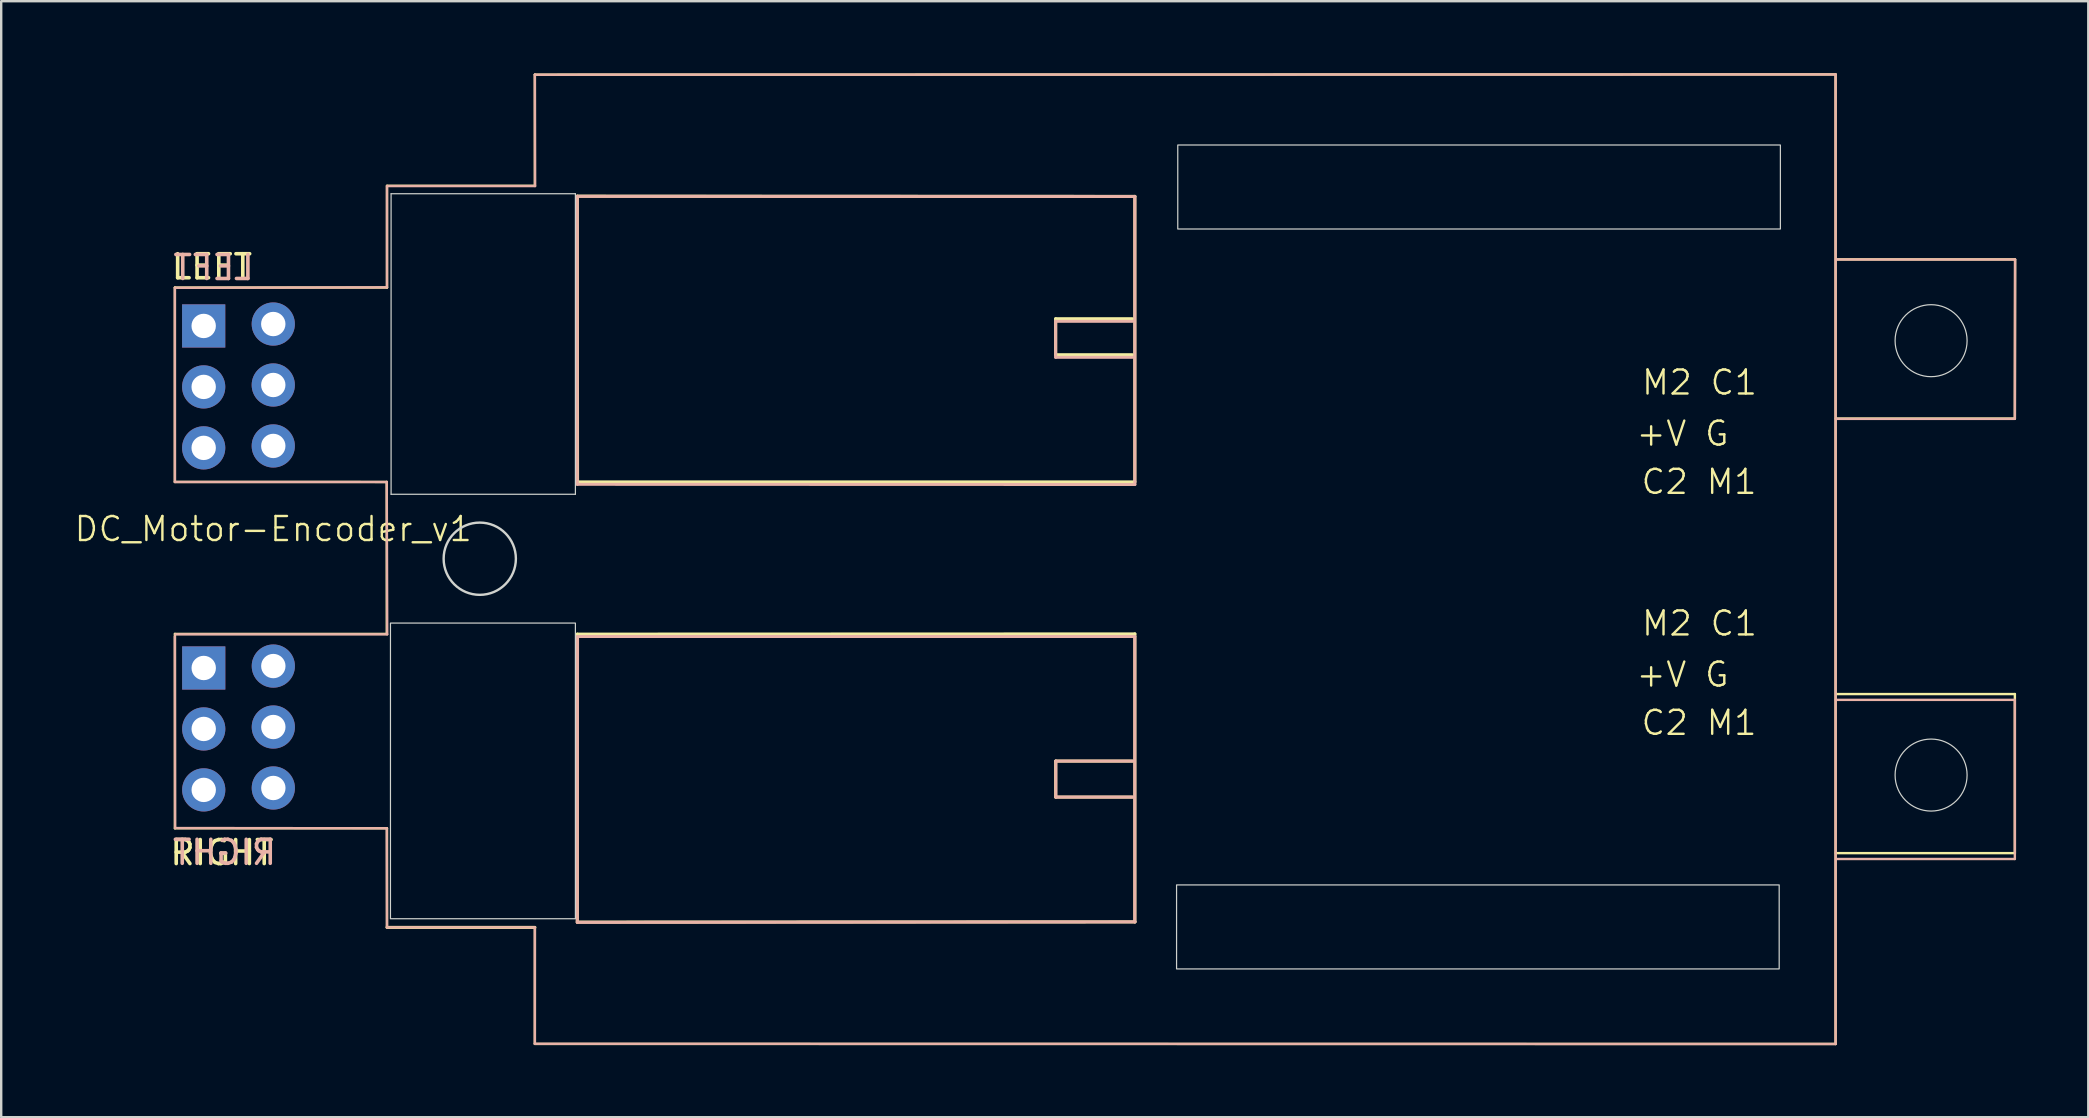
<source format=kicad_pcb>
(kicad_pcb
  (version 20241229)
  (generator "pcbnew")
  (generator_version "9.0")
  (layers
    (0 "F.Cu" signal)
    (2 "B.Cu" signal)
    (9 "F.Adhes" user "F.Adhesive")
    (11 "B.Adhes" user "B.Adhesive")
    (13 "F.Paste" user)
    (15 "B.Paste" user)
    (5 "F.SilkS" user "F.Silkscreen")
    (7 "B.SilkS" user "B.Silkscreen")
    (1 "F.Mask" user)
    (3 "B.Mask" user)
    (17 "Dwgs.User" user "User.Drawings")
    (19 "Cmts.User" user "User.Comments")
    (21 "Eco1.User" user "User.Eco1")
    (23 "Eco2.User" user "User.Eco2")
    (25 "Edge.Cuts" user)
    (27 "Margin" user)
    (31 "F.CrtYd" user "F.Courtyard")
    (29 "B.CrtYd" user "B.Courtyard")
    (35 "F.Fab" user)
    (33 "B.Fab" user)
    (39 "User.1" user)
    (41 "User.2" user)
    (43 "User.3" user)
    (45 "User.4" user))
  (footprint "DC_Motor-Encoder_v1"
    (layer "F.Cu")
    (at 46.016 19.963)
    (property "Reference" "DC_Motor-Encoder_v1" (at -37.68 -0.97 0) (unlocked yes) (layer "F.SilkS") (effects (font (size 1 1) (thickness 0.1))))
    (attr through_hole)
    (fp_line (start -41.779 -2.931) (end -41.779 -11.031) (stroke (width 0.1) (type default)) (layer "F.SilkS"))
    (fp_line (start -41.777 3.401) (end -41.777 11.501) (stroke (width 0.1) (type default)) (layer "F.SilkS"))
    (fp_line (start -32.95 -2.93) (end -41.779 -2.931) (stroke (width 0.1) (type default)) (layer "F.SilkS"))
    (fp_line (start -32.95 -2.93) (end -32.95 3.4) (stroke (width 0.1) (type default)) (layer "F.SilkS"))
    (fp_line (start -32.95 3.401) (end -41.777 3.401) (stroke (width 0.1) (type default)) (layer "F.SilkS"))
    (fp_line (start -32.94 -15.27) (end -32.94 -11.031) (stroke (width 0.1) (type default)) (layer "F.SilkS"))
    (fp_line (start -32.94 -15.27) (end -26.779 -15.27) (stroke (width 0.1) (type default)) (layer "F.SilkS"))
    (fp_line (start -32.94 -11.031) (end -41.779 -11.031) (stroke (width 0.1) (type default)) (layer "F.SilkS"))
    (fp_line (start -32.94 11.501) (end -41.777 11.501) (stroke (width 0.1) (type default)) (layer "F.SilkS"))
    (fp_line (start -32.94 11.501) (end -32.94 15.63) (stroke (width 0.1) (type default)) (layer "F.SilkS"))
    (fp_line (start -32.94 15.63) (end -26.777 15.63) (stroke (width 0.127) (type solid)) (layer "F.SilkS"))
    (fp_line (start -26.779 -19.903) (end 27.421 -19.913) (stroke (width 0.1) (type default)) (layer "F.SilkS"))
    (fp_line (start -26.779 -15.27) (end -26.779 -19.903) (stroke (width 0.1) (type default)) (layer "F.SilkS"))
    (fp_line (start -26.779 20.477) (end -26.777 15.63) (stroke (width 0.1) (type default)) (layer "F.SilkS"))
    (fp_line (start -26.779 20.487) (end 27.421 20.487) (stroke (width 0.1) (type default)) (layer "F.SilkS"))
    (fp_line (start -25.01 -14.84) (end -1.78 -14.83) (stroke (width 0.127) (type solid)) (layer "F.SilkS"))
    (fp_line (start -25.01 3.41) (end -25.01 15.41) (stroke (width 0.127) (type solid)) (layer "F.SilkS"))
    (fp_line (start -25.01 3.41) (end -1.777 3.401) (stroke (width 0.127) (type solid)) (layer "F.SilkS"))
    (fp_line (start -25.01 15.41) (end -1.777 15.401) (stroke (width 0.127) (type solid)) (layer "F.SilkS"))
    (fp_line (start -25 -2.931) (end -25.01 -14.84) (stroke (width 0.127) (type solid)) (layer "F.SilkS"))
    (fp_line (start -25 -2.931) (end -1.779 -2.931) (stroke (width 0.127) (type solid)) (layer "F.SilkS"))
    (fp_line (start -5.079 -8.231) (end -5.079 -9.731) (stroke (width 0.127) (type solid)) (layer "F.SilkS"))
    (fp_line (start -5.077 8.701) (end -5.077 10.201) (stroke (width 0.127) (type solid)) (layer "F.SilkS"))
    (fp_line (start -1.879 -9.731) (end -5.079 -9.731) (stroke (width 0.127) (type solid)) (layer "F.SilkS"))
    (fp_line (start -1.879 -8.231) (end -5.079 -8.231) (stroke (width 0.127) (type solid)) (layer "F.SilkS"))
    (fp_line (start -1.877 8.701) (end -5.077 8.701) (stroke (width 0.127) (type solid)) (layer "F.SilkS"))
    (fp_line (start -1.877 10.201) (end -5.077 10.201) (stroke (width 0.127) (type solid)) (layer "F.SilkS"))
    (fp_line (start -1.779 -2.931) (end -1.779 -14.83) (stroke (width 0.127) (type solid)) (layer "F.SilkS"))
    (fp_line (start -1.777 3.401) (end -1.777 15.401) (stroke (width 0.127) (type solid)) (layer "F.SilkS"))
    (fp_line (start 27.421 -19.913) (end 27.421 20.487) (stroke (width 0.1) (type default)) (layer "F.SilkS"))
    (fp_line (start 27.461 -12.203) (end 34.891 -12.203) (stroke (width 0.1) (type default)) (layer "F.SilkS"))
    (fp_line (start 27.461 5.907) (end 34.891 5.907) (stroke (width 0.1) (type default)) (layer "F.SilkS"))
    (fp_line (start 34.891 -5.573) (end 27.431 -5.573) (stroke (width 0.1) (type default)) (layer "F.SilkS"))
    (fp_line (start 34.891 5.907) (end 34.891 12.537) (stroke (width 0.1) (type default)) (layer "F.SilkS"))
    (fp_line (start 34.891 12.537) (end 27.431 12.537) (stroke (width 0.1) (type default)) (layer "F.SilkS"))
    (fp_line (start 34.9 -12.203) (end 34.891 -5.573) (stroke (width 0.1) (type default)) (layer "F.SilkS"))
    (fp_line (start -41.78 3.508) (end -41.77 11.49) (stroke (width 0.1) (type default)) (layer "B.SilkS"))
    (fp_line (start -41.778 -2.93) (end -41.78 -11.02) (stroke (width 0.1) (type default)) (layer "B.SilkS"))
    (fp_line (start -32.951 -2.93) (end -41.778 -2.93) (stroke (width 0.1) (type default)) (layer "B.SilkS"))
    (fp_line (start -32.95 11.5) (end -41.77 11.49) (stroke (width 0.1) (type default)) (layer "B.SilkS"))
    (fp_line (start -32.941 15.63) (end -32.95 11.5) (stroke (width 0.1) (type default)) (layer "B.SilkS"))
    (fp_line (start -32.941 15.63) (end -26.78 15.63) (stroke (width 0.1) (type default)) (layer "B.SilkS"))
    (fp_line (start -32.94 -11.04) (end -41.78 -11.02) (stroke (width 0.1) (type default)) (layer "B.SilkS"))
    (fp_line (start -32.94 -11.04) (end -32.941 -15.26) (stroke (width 0.1) (type default)) (layer "B.SilkS"))
    (fp_line (start -32.931 3.419) (end -41.76 3.42) (stroke (width 0.1) (type default)) (layer "B.SilkS"))
    (fp_line (start -32.931 3.419) (end -32.951 -2.93) (stroke (width 0.1) (type default)) (layer "B.SilkS"))
    (fp_line (start -32.92 -15.26) (end -26.77 -15.26) (stroke (width 0.1) (type solid)) (layer "B.SilkS"))
    (fp_line (start -26.78 -19.9) (end -26.77 -15.26) (stroke (width 0.1) (type default)) (layer "B.SilkS"))
    (fp_line (start -26.78 -19.9) (end 27.42 -19.91) (stroke (width 0.1) (type default)) (layer "B.SilkS"))
    (fp_line (start -26.78 15.63) (end -26.78 20.48) (stroke (width 0.1) (type default)) (layer "B.SilkS"))
    (fp_line (start -26.78 20.48) (end 27.42 20.49) (stroke (width 0.1) (type default)) (layer "B.SilkS"))
    (fp_line (start -25.011 -14.833) (end -1.778 -14.825) (stroke (width 0.127) (type solid)) (layer "B.SilkS"))
    (fp_line (start -25.011 -2.833) (end -25.011 -14.833) (stroke (width 0.127) (type solid)) (layer "B.SilkS"))
    (fp_line (start -25.011 -2.833) (end -1.778 -2.825) (stroke (width 0.127) (type solid)) (layer "B.SilkS"))
    (fp_line (start -25.01 15.42) (end -1.77 15.4) (stroke (width 0.127) (type solid)) (layer "B.SilkS"))
    (fp_line (start -25.001 3.508) (end -25.01 15.42) (stroke (width 0.127) (type solid)) (layer "B.SilkS"))
    (fp_line (start -25.001 3.508) (end -1.78 3.508) (stroke (width 0.127) (type solid)) (layer "B.SilkS"))
    (fp_line (start -5.078 -8.125) (end -5.078 -9.625) (stroke (width 0.127) (type solid)) (layer "B.SilkS"))
    (fp_line (start -5.07 8.7) (end -5.07 10.2) (stroke (width 0.127) (type solid)) (layer "B.SilkS"))
    (fp_line (start -1.878 -9.625) (end -5.078 -9.625) (stroke (width 0.127) (type solid)) (layer "B.SilkS"))
    (fp_line (start -1.878 -8.125) (end -5.078 -8.125) (stroke (width 0.127) (type solid)) (layer "B.SilkS"))
    (fp_line (start -1.87 8.7) (end -5.07 8.7) (stroke (width 0.127) (type solid)) (layer "B.SilkS"))
    (fp_line (start -1.87 10.2) (end -5.07 10.2) (stroke (width 0.127) (type solid)) (layer "B.SilkS"))
    (fp_line (start -1.78 3.508) (end -1.78 15.4) (stroke (width 0.127) (type solid)) (layer "B.SilkS"))
    (fp_line (start -1.778 -2.825) (end -1.778 -14.825) (stroke (width 0.127) (type solid)) (layer "B.SilkS"))
    (fp_line (start 27.42 20.49) (end 27.42 -19.91) (stroke (width 0.1) (type default)) (layer "B.SilkS"))
    (fp_line (start 27.445 -5.56) (end 34.875 -5.56) (stroke (width 0.1) (type default)) (layer "B.SilkS"))
    (fp_line (start 27.46 12.78) (end 34.89 12.78) (stroke (width 0.1) (type default)) (layer "B.SilkS"))
    (fp_line (start 34.89 -5.56) (end 34.9 -12.2) (stroke (width 0.1) (type default)) (layer "B.SilkS"))
    (fp_line (start 34.89 6.15) (end 27.43 6.15) (stroke (width 0.1) (type default)) (layer "B.SilkS"))
    (fp_line (start 34.89 12.78) (end 34.89 6.15) (stroke (width 0.1) (type default)) (layer "B.SilkS"))
    (fp_line (start 34.9 -12.2) (end 27.44 -12.2) (stroke (width 0.1) (type default)) (layer "B.SilkS"))
    (fp_line (start -32.77 -2.417) (end -32.77 -14.94) (stroke (width 0.05) (type default)) (layer "Edge.Cuts"))
    (fp_line (start -32.77 -14.94) (end -25.09 -14.94) (stroke (width 0.05) (type default)) (layer "Edge.Cuts"))
    (fp_line (start -25.09 -14.94) (end -25.09 -2.417) (stroke (width 0.05) (type solid)) (layer "Edge.Cuts"))
    (fp_line (start -25.09 -2.417) (end -32.77 -2.417) (stroke (width 0.05) (type default)) (layer "Edge.Cuts"))
    (fp_rect (start -32.796 2.95) (end -25.09 15.27) (stroke (width 0.05) (type default)) (fill no) (layer "Edge.Cuts"))
    (fp_rect (start -0.04 13.86) (end 25.07 17.36) (stroke (width 0.05) (type default)) (fill no) (layer "Edge.Cuts"))
    (fp_rect (start 0.01 -16.97) (end 25.12 -13.47) (stroke (width 0.05) (type default)) (fill no) (layer "Edge.Cuts"))
    (fp_circle (center -29.075 0.268) (end -27.57 0.283) (stroke (width 0.1) (type solid)) (fill no) (layer "Edge.Cuts"))
    (fp_circle (center 31.4 -8.817) (end 32.9 -8.817) (stroke (width 0.05) (type default)) (fill no) (layer "Edge.Cuts"))
    (fp_circle (center 31.4 9.283) (end 32.9 9.283) (stroke (width 0.05) (type default)) (fill no) (layer "Edge.Cuts"))
    (fp_text user "C2 M1" (at 19.26 7.69 0) (unlocked yes) (layer "F.SilkS") (effects (font (size 1 1) (thickness 0.1)) (justify left bottom)))
    (fp_text user "M2 C1" (at 19.28 -6.49 0) (unlocked yes) (layer "F.SilkS") (effects (font (size 1 1) (thickness 0.1)) (justify left bottom)))
    (fp_text user "C2 M1" (at 19.26 -2.35 0) (unlocked yes) (layer "F.SilkS") (effects (font (size 1 1) (thickness 0.1)) (justify left bottom)))
    (fp_text user "RIGHT" (at -42.06 13.1 0) (unlocked yes) (layer "F.SilkS") (effects (font (size 1 1) (thickness 0.15)) (justify left bottom)))
    (fp_text user "LEFT" (at -42 -11.31 0) (unlocked yes) (layer "F.SilkS") (effects (font (size 1 1) (thickness 0.15)) (justify left bottom)))
    (fp_text user "M2 C1" (at 19.28 3.55 0) (unlocked yes) (layer "F.SilkS") (effects (font (size 1 1) (thickness 0.1)) (justify left bottom)))
    (fp_text user "+V G" (at 19.05 5.68 0) (unlocked yes) (layer "F.SilkS") (effects (font (size 1 1) (thickness 0.1)) (justify left bottom)))
    (fp_text user "+V G" (at 19.05 -4.36 0) (unlocked yes) (layer "F.SilkS") (effects (font (size 1 1) (thickness 0.1)) (justify left bottom)))
    (fp_text user "RIGHT" (at -37.469 13.089 0) (unlocked yes) (layer "B.SilkS") (effects (font (size 1 1) (thickness 0.15)) (justify left bottom mirror)))
    (fp_text user "LEFT" (at -38.4 -11.28 0) (unlocked yes) (layer "B.SilkS") (effects (font (size 1 1) (thickness 0.15)) (justify left bottom mirror)))
    (pad "1" thru_hole circle (at -37.679 -4.431 270) (size 1.8 1.8) (drill 1.016) (layers "*.Cu" "F.Mask"))
    (pad "2" thru_hole circle (at -37.679 -6.971 270) (size 1.8 1.8) (drill 1.016) (layers "*.Cu" "F.Mask"))
    (pad "3" thru_hole circle (at -37.679 -9.511 270) (size 1.8 1.8) (drill 1.016) (layers "*.Cu" "F.Mask"))
    (pad "4" thru_hole circle (at -40.579 -4.351 270) (size 1.8 1.8) (drill 1.016) (layers "*.Cu" "F.Mask"))
    (pad "5" thru_hole circle (at -40.579 -6.891 270) (size 1.8 1.8) (drill 1.016) (layers "*.Cu" "F.Mask"))
    (pad "6" thru_hole rect (at -40.579 -9.431 270) (size 1.8 1.8) (drill 1.016) (layers "*.Cu" "F.Mask"))
    (pad "7" thru_hole circle (at -37.677 9.821 270) (size 1.8 1.8) (drill 1.016) (layers "*.Cu" "F.Mask"))
    (pad "8" thru_hole circle (at -37.677 7.281 270) (size 1.8 1.8) (drill 1.016) (layers "*.Cu" "F.Mask"))
    (pad "9" thru_hole circle (at -37.677 4.741 270) (size 1.8 1.8) (drill 1.016) (layers "*.Cu" "F.Mask"))
    (pad "10" thru_hole circle (at -40.577 9.901 270) (size 1.8 1.8) (drill 1.016) (layers "*.Cu" "F.Mask"))
    (pad "11" thru_hole circle (at -40.577 7.361 270) (size 1.8 1.8) (drill 1.016) (layers "*.Cu" "F.Mask"))
    (pad "12" thru_hole rect (at -40.577 4.821 270) (size 1.8 1.8) (drill 1.016) (layers "*.Cu" "F.Mask")))
  (gr_rect
    (start -3 -3)
    (end 83.966 43.503)
    (stroke (width 0.1) (type default))
    (fill no)
    (layer "Edge.Cuts")))
</source>
